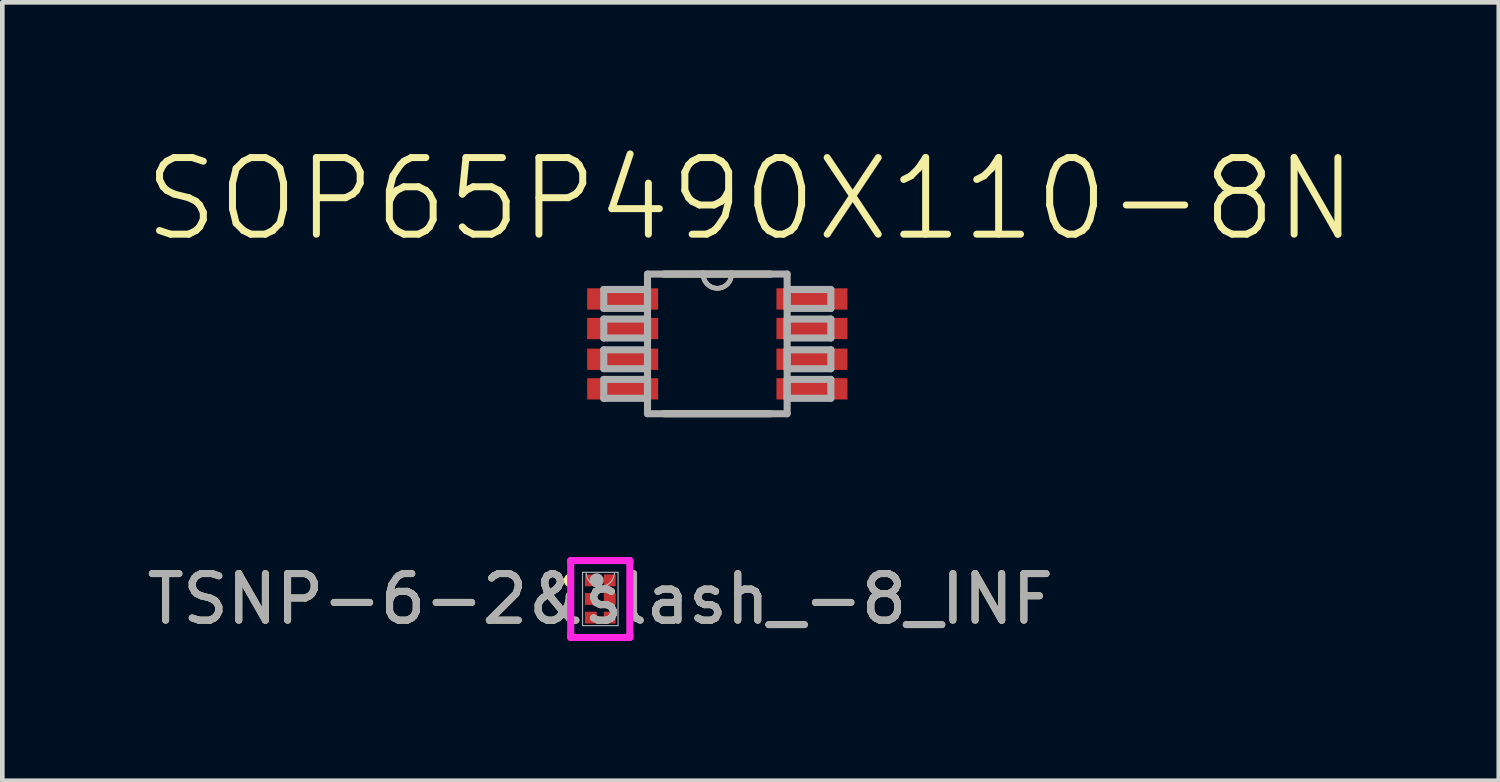
<source format=kicad_pcb>
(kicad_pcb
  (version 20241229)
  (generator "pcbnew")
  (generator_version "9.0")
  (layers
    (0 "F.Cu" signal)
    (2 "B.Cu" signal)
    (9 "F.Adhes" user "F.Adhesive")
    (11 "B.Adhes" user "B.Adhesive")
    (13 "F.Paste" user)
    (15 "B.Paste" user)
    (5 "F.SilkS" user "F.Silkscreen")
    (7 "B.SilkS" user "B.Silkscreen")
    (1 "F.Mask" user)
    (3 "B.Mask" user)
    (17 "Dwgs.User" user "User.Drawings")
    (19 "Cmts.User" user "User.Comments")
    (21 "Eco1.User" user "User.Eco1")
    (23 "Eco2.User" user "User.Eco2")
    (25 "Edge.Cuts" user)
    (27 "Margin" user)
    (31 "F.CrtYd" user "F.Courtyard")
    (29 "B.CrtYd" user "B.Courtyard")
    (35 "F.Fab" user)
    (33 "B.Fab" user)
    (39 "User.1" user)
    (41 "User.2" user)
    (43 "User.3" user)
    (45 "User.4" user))
  (footprint "SOP65P490X110-8N"
    (layer "F.Cu")
    (at 12.352 4.334)
    (property "Reference" "SOP65P490X110-8N" (at 0.713 -3.109 0) (layer "F.SilkS") (effects (font (size 1.645 1.645) (thickness 0.15))))
    (attr smd)
    (fp_line (start -1.143 1.499) (end 1.143 1.499) (stroke (width 0.152) (type solid)) (layer "F.SilkS"))
    (fp_line (start -0.305 -1.499) (end -1.143 -1.499) (stroke (width 0.152) (type solid)) (layer "F.SilkS"))
    (fp_line (start 0.305 -1.499) (end -0.305 -1.499) (stroke (width 0.152) (type solid)) (layer "F.SilkS"))
    (fp_line (start 1.143 -1.499) (end 0.305 -1.499) (stroke (width 0.152) (type solid)) (layer "F.SilkS"))
    (fp_arc (start 0.3048 -1.4986) (mid 0 -1.1938) (end -0.3048 -1.4986) (stroke (width 0.1) (type solid)) (layer "F.SilkS"))
    (fp_line (start -2.438 -1.168) (end -2.438 -0.762) (stroke (width 0.152) (type solid)) (layer "F.Fab"))
    (fp_line (start -2.438 -0.762) (end -1.499 -0.762) (stroke (width 0.152) (type solid)) (layer "F.Fab"))
    (fp_line (start -2.438 -0.533) (end -2.438 -0.127) (stroke (width 0.152) (type solid)) (layer "F.Fab"))
    (fp_line (start -2.438 -0.127) (end -1.499 -0.127) (stroke (width 0.152) (type solid)) (layer "F.Fab"))
    (fp_line (start -2.438 0.127) (end -2.438 0.533) (stroke (width 0.152) (type solid)) (layer "F.Fab"))
    (fp_line (start -2.438 0.533) (end -1.499 0.533) (stroke (width 0.152) (type solid)) (layer "F.Fab"))
    (fp_line (start -2.438 0.762) (end -2.438 1.168) (stroke (width 0.152) (type solid)) (layer "F.Fab"))
    (fp_line (start -2.438 1.168) (end -1.499 1.168) (stroke (width 0.152) (type solid)) (layer "F.Fab"))
    (fp_line (start -1.499 -1.499) (end -1.499 1.499) (stroke (width 0.152) (type solid)) (layer "F.Fab"))
    (fp_line (start -1.499 -1.168) (end -2.438 -1.168) (stroke (width 0.152) (type solid)) (layer "F.Fab"))
    (fp_line (start -1.499 -0.762) (end -1.499 -1.168) (stroke (width 0.152) (type solid)) (layer "F.Fab"))
    (fp_line (start -1.499 -0.533) (end -2.438 -0.533) (stroke (width 0.152) (type solid)) (layer "F.Fab"))
    (fp_line (start -1.499 -0.127) (end -1.499 -0.533) (stroke (width 0.152) (type solid)) (layer "F.Fab"))
    (fp_line (start -1.499 0.127) (end -2.438 0.127) (stroke (width 0.152) (type solid)) (layer "F.Fab"))
    (fp_line (start -1.499 0.533) (end -1.499 0.127) (stroke (width 0.152) (type solid)) (layer "F.Fab"))
    (fp_line (start -1.499 0.762) (end -2.438 0.762) (stroke (width 0.152) (type solid)) (layer "F.Fab"))
    (fp_line (start -1.499 1.168) (end -1.499 0.762) (stroke (width 0.152) (type solid)) (layer "F.Fab"))
    (fp_line (start -1.499 1.499) (end 1.499 1.499) (stroke (width 0.152) (type solid)) (layer "F.Fab"))
    (fp_line (start -0.305 -1.499) (end -1.499 -1.499) (stroke (width 0.152) (type solid)) (layer "F.Fab"))
    (fp_line (start 0.305 -1.499) (end -0.305 -1.499) (stroke (width 0.152) (type solid)) (layer "F.Fab"))
    (fp_line (start 1.499 -1.499) (end 0.305 -1.499) (stroke (width 0.152) (type solid)) (layer "F.Fab"))
    (fp_line (start 1.499 -1.168) (end 1.499 -0.762) (stroke (width 0.152) (type solid)) (layer "F.Fab"))
    (fp_line (start 1.499 -0.762) (end 2.438 -0.762) (stroke (width 0.152) (type solid)) (layer "F.Fab"))
    (fp_line (start 1.499 -0.533) (end 1.499 -0.127) (stroke (width 0.152) (type solid)) (layer "F.Fab"))
    (fp_line (start 1.499 -0.127) (end 2.438 -0.127) (stroke (width 0.152) (type solid)) (layer "F.Fab"))
    (fp_line (start 1.499 0.127) (end 1.499 0.533) (stroke (width 0.152) (type solid)) (layer "F.Fab"))
    (fp_line (start 1.499 0.533) (end 2.438 0.533) (stroke (width 0.152) (type solid)) (layer "F.Fab"))
    (fp_line (start 1.499 0.762) (end 1.499 1.168) (stroke (width 0.152) (type solid)) (layer "F.Fab"))
    (fp_line (start 1.499 1.168) (end 2.438 1.168) (stroke (width 0.152) (type solid)) (layer "F.Fab"))
    (fp_line (start 1.499 1.499) (end 1.499 -1.499) (stroke (width 0.152) (type solid)) (layer "F.Fab"))
    (fp_line (start 2.438 -1.168) (end 1.499 -1.168) (stroke (width 0.152) (type solid)) (layer "F.Fab"))
    (fp_line (start 2.438 -0.762) (end 2.438 -1.168) (stroke (width 0.152) (type solid)) (layer "F.Fab"))
    (fp_line (start 2.438 -0.533) (end 1.499 -0.533) (stroke (width 0.152) (type solid)) (layer "F.Fab"))
    (fp_line (start 2.438 -0.127) (end 2.438 -0.533) (stroke (width 0.152) (type solid)) (layer "F.Fab"))
    (fp_line (start 2.438 0.127) (end 1.499 0.127) (stroke (width 0.152) (type solid)) (layer "F.Fab"))
    (fp_line (start 2.438 0.533) (end 2.438 0.127) (stroke (width 0.152) (type solid)) (layer "F.Fab"))
    (fp_line (start 2.438 0.762) (end 1.499 0.762) (stroke (width 0.152) (type solid)) (layer "F.Fab"))
    (fp_line (start 2.438 1.168) (end 2.438 0.762) (stroke (width 0.152) (type solid)) (layer "F.Fab"))
    (fp_arc (start 0.3048 -1.4986) (mid 0 -1.1938) (end -0.3048 -1.4986) (stroke (width 0.1) (type solid)) (layer "F.Fab"))
    (pad "1" smd rect (at -2.032 -0.965) (size 1.524 0.457) (layers "F.Cu" "F.Mask" "F.Paste"))
    (pad "2" smd rect (at -2.032 -0.33) (size 1.524 0.457) (layers "F.Cu" "F.Mask" "F.Paste"))
    (pad "3" smd rect (at -2.032 0.33) (size 1.524 0.457) (layers "F.Cu" "F.Mask" "F.Paste"))
    (pad "4" smd rect (at -2.032 0.965) (size 1.524 0.457) (layers "F.Cu" "F.Mask" "F.Paste"))
    (pad "5" smd rect (at 2.032 0.965) (size 1.524 0.457) (layers "F.Cu" "F.Mask" "F.Paste"))
    (pad "6" smd rect (at 2.032 0.33) (size 1.524 0.457) (layers "F.Cu" "F.Mask" "F.Paste"))
    (pad "7" smd rect (at 2.032 -0.33) (size 1.524 0.457) (layers "F.Cu" "F.Mask" "F.Paste"))
    (pad "8" smd rect (at 2.032 -0.965) (size 1.524 0.457) (layers "F.Cu" "F.Mask" "F.Paste")))
  (footprint "TSNP-6-2&slash_-8_INF"
    (layer "F.Cu")
    (at 9.839 9.811)
    (property "Reference" "TSNP-6-2&slash_-8_INF" (at 0 0 0) (unlocked yes) (layer "F.SilkS") (effects (font (size 1 1) (thickness 0.15))))
    (attr smd)
    (fp_arc (start -0.66294 -0.330453) (mid -0.708 -0.4) (end -0.66294 -0.469547) (stroke (width 0.1524) (type solid)) (layer "F.SilkS"))
    (fp_line (start -0.635 -0.826) (end 0.635 -0.826) (stroke (width 0.152) (type solid)) (layer "F.CrtYd"))
    (fp_line (start -0.635 -0.781) (end -0.635 -0.826) (stroke (width 0.152) (type solid)) (layer "F.CrtYd"))
    (fp_line (start -0.635 -0.781) (end -0.635 -0.781) (stroke (width 0.152) (type solid)) (layer "F.CrtYd"))
    (fp_line (start -0.635 0.781) (end -0.635 -0.781) (stroke (width 0.152) (type solid)) (layer "F.CrtYd"))
    (fp_line (start -0.635 0.781) (end -0.635 0.781) (stroke (width 0.152) (type solid)) (layer "F.CrtYd"))
    (fp_line (start -0.635 0.826) (end -0.635 0.781) (stroke (width 0.152) (type solid)) (layer "F.CrtYd"))
    (fp_line (start 0.635 -0.826) (end 0.635 -0.781) (stroke (width 0.152) (type solid)) (layer "F.CrtYd"))
    (fp_line (start 0.635 -0.781) (end 0.635 -0.781) (stroke (width 0.152) (type solid)) (layer "F.CrtYd"))
    (fp_line (start 0.635 -0.781) (end 0.635 0.781) (stroke (width 0.152) (type solid)) (layer "F.CrtYd"))
    (fp_line (start 0.635 0.781) (end 0.635 0.781) (stroke (width 0.152) (type solid)) (layer "F.CrtYd"))
    (fp_line (start 0.635 0.781) (end 0.635 0.826) (stroke (width 0.152) (type solid)) (layer "F.CrtYd"))
    (fp_line (start 0.635 0.826) (end -0.635 0.826) (stroke (width 0.152) (type solid)) (layer "F.CrtYd"))
    (fp_line (start -0.381 -0.572) (end -0.381 0.572) (stroke (width 0.025) (type solid)) (layer "F.Fab"))
    (fp_line (start -0.381 0.572) (end 0.381 0.572) (stroke (width 0.025) (type solid)) (layer "F.Fab"))
    (fp_line (start 0.381 -0.572) (end -0.381 -0.572) (stroke (width 0.025) (type solid)) (layer "F.Fab"))
    (fp_line (start 0.381 0.572) (end 0.381 -0.572) (stroke (width 0.025) (type solid)) (layer "F.Fab"))
    (fp_arc (start 0.3048 -0.5715) (mid 0 -0.2667) (end -0.3048 -0.5715) (stroke (width 0.0254) (type solid)) (layer "F.Fab"))
    (fp_circle (center -0.076 -0.4) (end -0.076 -0.4) (stroke (width 0.152) (type solid)) (fill no) (layer "F.Fab"))
    (fp_text user "${REFERENCE}" (at 0 0 0) (unlocked yes) (layer "F.Fab") (effects (font (size 1 1) (thickness 0.15))))
    (pad "1" smd rect (at -0.203 -0.4) (size 0.254 0.254) (layers "F.Cu" "F.Mask" "F.Paste"))
    (pad "2" smd rect (at -0.203 0) (size 0.254 0.254) (layers "F.Cu" "F.Mask" "F.Paste"))
    (pad "3" smd rect (at -0.203 0.4) (size 0.254 0.254) (layers "F.Cu" "F.Mask" "F.Paste"))
    (pad "4" smd rect (at 0.203 0.4) (size 0.254 0.254) (layers "F.Cu" "F.Mask" "F.Paste"))
    (pad "5" smd rect (at 0.203 0) (size 0.254 0.254) (layers "F.Cu" "F.Mask" "F.Paste"))
    (pad "6" smd rect (at 0.203 -0.4) (size 0.254 0.254) (layers "F.Cu" "F.Mask" "F.Paste")))
  (gr_rect
    (start -3 -3)
    (end 29.131 13.713)
    (stroke (width 0.1) (type default))
    (fill no)
    (layer "Edge.Cuts")))
</source>
